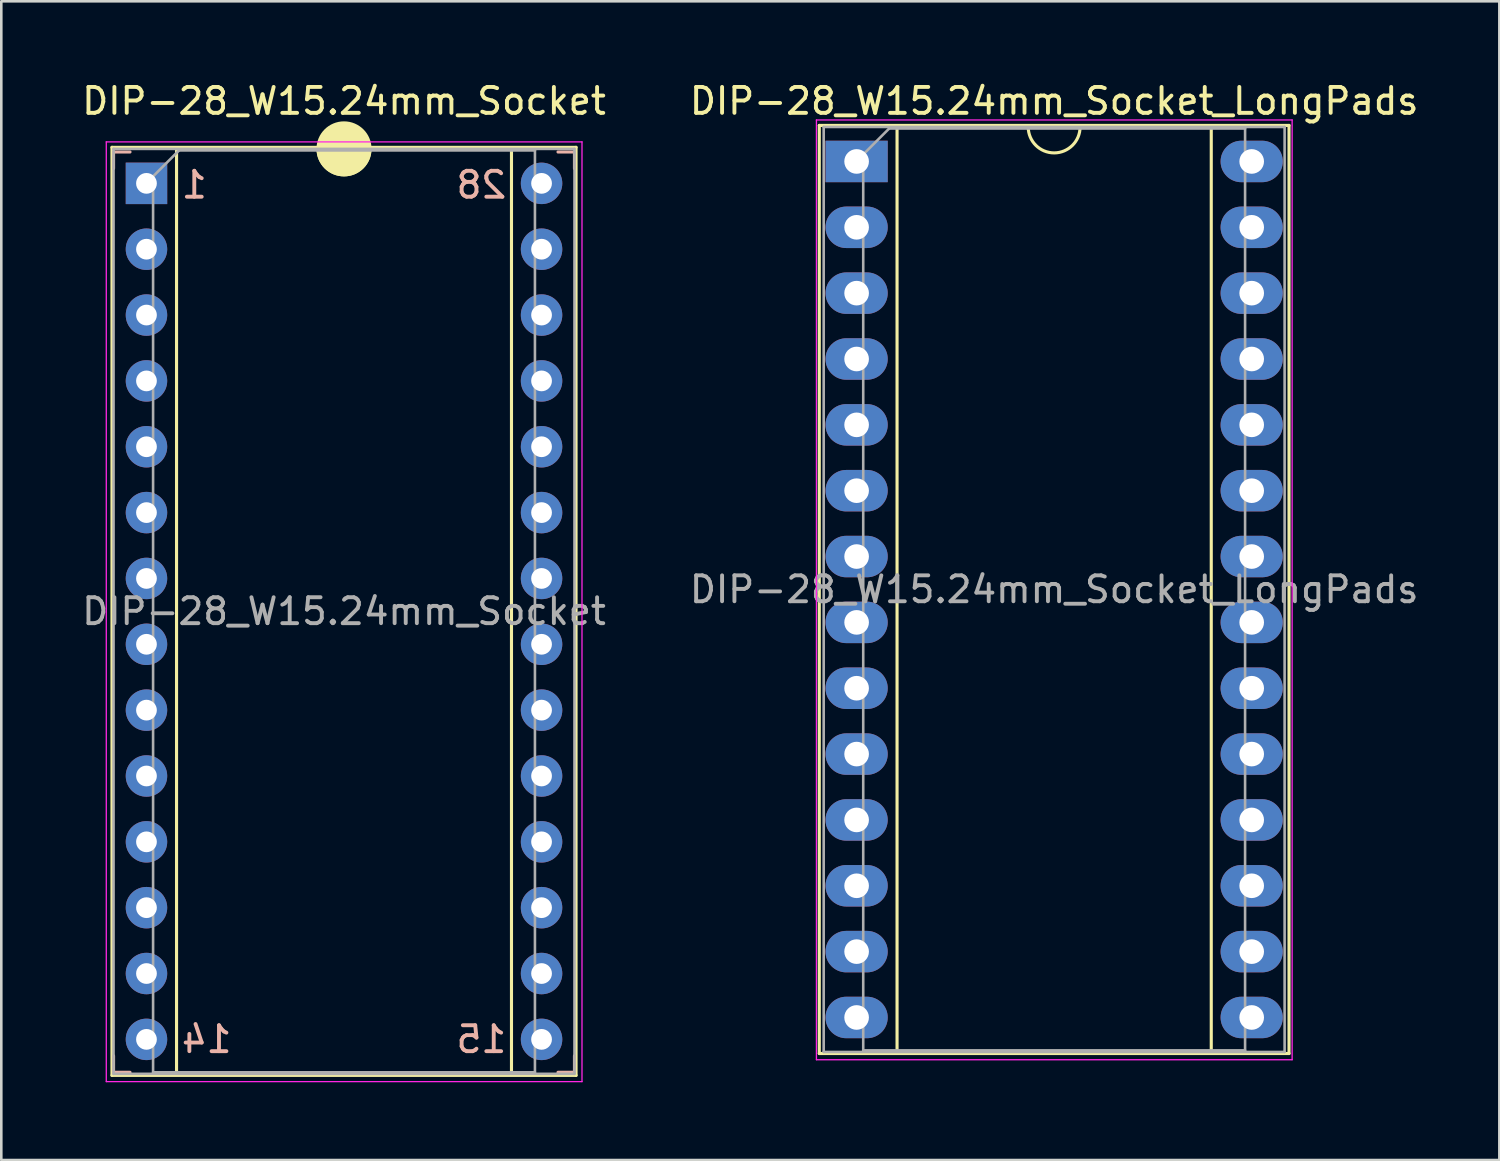
<source format=kicad_pcb>
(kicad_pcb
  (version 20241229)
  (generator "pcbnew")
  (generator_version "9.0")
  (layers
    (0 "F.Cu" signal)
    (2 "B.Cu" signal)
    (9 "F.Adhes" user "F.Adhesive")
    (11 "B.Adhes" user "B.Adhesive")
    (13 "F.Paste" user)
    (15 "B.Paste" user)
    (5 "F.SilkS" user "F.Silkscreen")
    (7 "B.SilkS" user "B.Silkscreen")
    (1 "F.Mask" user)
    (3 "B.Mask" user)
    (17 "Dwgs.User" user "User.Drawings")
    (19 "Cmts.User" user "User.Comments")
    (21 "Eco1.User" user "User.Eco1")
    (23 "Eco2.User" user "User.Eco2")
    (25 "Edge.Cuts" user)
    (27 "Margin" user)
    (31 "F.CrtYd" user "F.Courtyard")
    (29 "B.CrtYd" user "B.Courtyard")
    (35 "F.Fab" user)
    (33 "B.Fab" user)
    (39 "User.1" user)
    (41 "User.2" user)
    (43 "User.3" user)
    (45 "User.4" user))
  (footprint "DIP-28_W15.24mm_Socket_LongPads"
    (layer "F.Cu")
    (at 29.993 3.178)
    (property "Reference" "DIP-28_W15.24mm_Socket_LongPads" (at 7.62 -2.33 0) (layer "F.SilkS") (effects (font (size 1 1) (thickness 0.15))))
    (attr through_hole)
    (fp_line (start -1.44 -1.39) (end -1.44 34.41) (stroke (width 0.12) (type solid)) (layer "F.SilkS"))
    (fp_line (start -1.44 34.41) (end 16.68 34.41) (stroke (width 0.12) (type solid)) (layer "F.SilkS"))
    (fp_line (start 1.56 -1.33) (end 1.56 34.35) (stroke (width 0.12) (type solid)) (layer "F.SilkS"))
    (fp_line (start 1.56 34.35) (end 13.68 34.35) (stroke (width 0.12) (type solid)) (layer "F.SilkS"))
    (fp_line (start 6.62 -1.33) (end 1.56 -1.33) (stroke (width 0.12) (type solid)) (layer "F.SilkS"))
    (fp_line (start 13.68 -1.33) (end 8.62 -1.33) (stroke (width 0.12) (type solid)) (layer "F.SilkS"))
    (fp_line (start 13.68 34.35) (end 13.68 -1.33) (stroke (width 0.12) (type solid)) (layer "F.SilkS"))
    (fp_line (start 16.68 -1.39) (end -1.44 -1.39) (stroke (width 0.12) (type solid)) (layer "F.SilkS"))
    (fp_line (start 16.68 34.41) (end 16.68 -1.39) (stroke (width 0.12) (type solid)) (layer "F.SilkS"))
    (fp_arc (start 8.62 -1.33) (mid 7.62 -0.33) (end 6.62 -1.33) (stroke (width 0.12) (type solid)) (layer "F.SilkS"))
    (fp_line (start -1.55 -1.6) (end -1.55 34.65) (stroke (width 0.05) (type solid)) (layer "F.CrtYd"))
    (fp_line (start -1.55 34.65) (end 16.8 34.65) (stroke (width 0.05) (type solid)) (layer "F.CrtYd"))
    (fp_line (start 16.8 -1.6) (end -1.55 -1.6) (stroke (width 0.05) (type solid)) (layer "F.CrtYd"))
    (fp_line (start 16.8 34.65) (end 16.8 -1.6) (stroke (width 0.05) (type solid)) (layer "F.CrtYd"))
    (fp_line (start -1.27 -1.33) (end -1.27 34.35) (stroke (width 0.1) (type solid)) (layer "F.Fab"))
    (fp_line (start -1.27 34.35) (end 16.51 34.35) (stroke (width 0.1) (type solid)) (layer "F.Fab"))
    (fp_line (start 0.255 -0.27) (end 1.255 -1.27) (stroke (width 0.1) (type solid)) (layer "F.Fab"))
    (fp_line (start 0.255 34.29) (end 0.255 -0.27) (stroke (width 0.1) (type solid)) (layer "F.Fab"))
    (fp_line (start 1.255 -1.27) (end 14.985 -1.27) (stroke (width 0.1) (type solid)) (layer "F.Fab"))
    (fp_line (start 14.985 -1.27) (end 14.985 34.29) (stroke (width 0.1) (type solid)) (layer "F.Fab"))
    (fp_line (start 14.985 34.29) (end 0.255 34.29) (stroke (width 0.1) (type solid)) (layer "F.Fab"))
    (fp_line (start 16.51 -1.33) (end -1.27 -1.33) (stroke (width 0.1) (type solid)) (layer "F.Fab"))
    (fp_line (start 16.51 34.35) (end 16.51 -1.33) (stroke (width 0.1) (type solid)) (layer "F.Fab"))
    (fp_text user "${REFERENCE}" (at 7.62 16.51 0) (layer "F.Fab") (effects (font (size 1 1) (thickness 0.15))))
    (pad "1" thru_hole rect (at 0 0) (size 2.4 1.6) (drill 0.95) (layers "*.Cu" "*.Mask"))
    (pad "2" thru_hole oval (at 0 2.54) (size 2.4 1.6) (drill 0.95) (layers "*.Cu" "*.Mask"))
    (pad "3" thru_hole oval (at 0 5.08) (size 2.4 1.6) (drill 0.95) (layers "*.Cu" "*.Mask"))
    (pad "4" thru_hole oval (at 0 7.62) (size 2.4 1.6) (drill 0.95) (layers "*.Cu" "*.Mask"))
    (pad "5" thru_hole oval (at 0 10.16) (size 2.4 1.6) (drill 0.95) (layers "*.Cu" "*.Mask"))
    (pad "6" thru_hole oval (at 0 12.7) (size 2.4 1.6) (drill 0.95) (layers "*.Cu" "*.Mask"))
    (pad "7" thru_hole oval (at 0 15.24) (size 2.4 1.6) (drill 0.95) (layers "*.Cu" "*.Mask"))
    (pad "8" thru_hole oval (at 0 17.78) (size 2.4 1.6) (drill 0.95) (layers "*.Cu" "*.Mask"))
    (pad "9" thru_hole oval (at 0 20.32) (size 2.4 1.6) (drill 0.95) (layers "*.Cu" "*.Mask"))
    (pad "10" thru_hole oval (at 0 22.86) (size 2.4 1.6) (drill 0.95) (layers "*.Cu" "*.Mask"))
    (pad "11" thru_hole oval (at 0 25.4) (size 2.4 1.6) (drill 0.95) (layers "*.Cu" "*.Mask"))
    (pad "12" thru_hole oval (at 0 27.94) (size 2.4 1.6) (drill 0.95) (layers "*.Cu" "*.Mask"))
    (pad "13" thru_hole oval (at 0 30.48) (size 2.4 1.6) (drill 0.95) (layers "*.Cu" "*.Mask"))
    (pad "14" thru_hole oval (at 0 33.02) (size 2.4 1.6) (drill 0.95) (layers "*.Cu" "*.Mask"))
    (pad "15" thru_hole oval (at 15.24 33.02) (size 2.4 1.6) (drill 0.95) (layers "*.Cu" "*.Mask"))
    (pad "16" thru_hole oval (at 15.24 30.48) (size 2.4 1.6) (drill 0.95) (layers "*.Cu" "*.Mask"))
    (pad "17" thru_hole oval (at 15.24 27.94) (size 2.4 1.6) (drill 0.95) (layers "*.Cu" "*.Mask"))
    (pad "18" thru_hole oval (at 15.24 25.4) (size 2.4 1.6) (drill 0.95) (layers "*.Cu" "*.Mask"))
    (pad "19" thru_hole oval (at 15.24 22.86) (size 2.4 1.6) (drill 0.95) (layers "*.Cu" "*.Mask"))
    (pad "20" thru_hole oval (at 15.24 20.32) (size 2.4 1.6) (drill 0.95) (layers "*.Cu" "*.Mask"))
    (pad "21" thru_hole oval (at 15.24 17.78) (size 2.4 1.6) (drill 0.95) (layers "*.Cu" "*.Mask"))
    (pad "22" thru_hole oval (at 15.24 15.24) (size 2.4 1.6) (drill 0.95) (layers "*.Cu" "*.Mask"))
    (pad "23" thru_hole oval (at 15.24 12.7) (size 2.4 1.6) (drill 0.95) (layers "*.Cu" "*.Mask"))
    (pad "24" thru_hole oval (at 15.24 10.16) (size 2.4 1.6) (drill 0.95) (layers "*.Cu" "*.Mask"))
    (pad "25" thru_hole oval (at 15.24 7.62) (size 2.4 1.6) (drill 0.95) (layers "*.Cu" "*.Mask"))
    (pad "26" thru_hole oval (at 15.24 5.08) (size 2.4 1.6) (drill 0.95) (layers "*.Cu" "*.Mask"))
    (pad "27" thru_hole oval (at 15.24 2.54) (size 2.4 1.6) (drill 0.95) (layers "*.Cu" "*.Mask"))
    (pad "28" thru_hole oval (at 15.24 0) (size 2.4 1.6) (drill 0.95) (layers "*.Cu" "*.Mask")))
  (footprint "DIP-28_W15.24mm_Socket"
    (layer "F.Cu")
    (at 2.6 4.023)
    (property "Reference" "DIP-28_W15.24mm_Socket" (at 7.62 -3.175 0) (layer "F.SilkS") (effects (font (size 1 1) (thickness 0.15))))
    (attr through_hole)
    (fp_line (start -1.33 -1.39) (end -1.33 34.41) (stroke (width 0.12) (type solid)) (layer "F.SilkS"))
    (fp_line (start -1.33 34.41) (end 16.57 34.41) (stroke (width 0.12) (type solid)) (layer "F.SilkS"))
    (fp_line (start 1.16 -1.33) (end 1.16 34.35) (stroke (width 0.12) (type solid)) (layer "F.SilkS"))
    (fp_line (start 1.16 34.35) (end 14.08 34.35) (stroke (width 0.12) (type solid)) (layer "F.SilkS"))
    (fp_line (start 6.62 -1.33) (end 1.16 -1.33) (stroke (width 0.12) (type solid)) (layer "F.SilkS"))
    (fp_line (start 14.08 -1.33) (end 8.62 -1.33) (stroke (width 0.12) (type solid)) (layer "F.SilkS"))
    (fp_line (start 14.08 34.35) (end 14.08 -1.33) (stroke (width 0.12) (type solid)) (layer "F.SilkS"))
    (fp_line (start 16.57 -1.39) (end -1.33 -1.39) (stroke (width 0.12) (type solid)) (layer "F.SilkS"))
    (fp_line (start 16.57 34.41) (end 16.57 -1.39) (stroke (width 0.12) (type solid)) (layer "F.SilkS"))
    (fp_arc (start 8.62 -1.33) (mid 7.62 -0.33) (end 6.62 -1.33) (stroke (width 0.12) (type solid)) (layer "F.SilkS"))
    (fp_circle (center 7.62 -1.33) (end 8.622 -1.33) (stroke (width 0.12) (type solid)) (fill yes) (layer "F.SilkS"))
    (fp_line (start -1.27 -1.21) (end -0.635 -1.21) (stroke (width 0.12) (type solid)) (layer "B.SilkS"))
    (fp_line (start -1.27 -0.575) (end -1.27 -1.21) (stroke (width 0.12) (type solid)) (layer "B.SilkS"))
    (fp_line (start -1.27 33.655) (end -1.27 34.29) (stroke (width 0.12) (type solid)) (layer "B.SilkS"))
    (fp_line (start -1.27 34.29) (end -0.635 34.29) (stroke (width 0.12) (type solid)) (layer "B.SilkS"))
    (fp_line (start 15.875 -1.21) (end 16.51 -1.21) (stroke (width 0.12) (type solid)) (layer "B.SilkS"))
    (fp_line (start 16.51 -1.21) (end 16.51 -0.575) (stroke (width 0.12) (type solid)) (layer "B.SilkS"))
    (fp_line (start 16.51 33.655) (end 16.51 34.29) (stroke (width 0.12) (type solid)) (layer "B.SilkS"))
    (fp_line (start 16.51 34.29) (end 15.875 34.29) (stroke (width 0.12) (type solid)) (layer "B.SilkS"))
    (fp_line (start -1.55 -1.6) (end -1.55 34.65) (stroke (width 0.05) (type solid)) (layer "F.CrtYd"))
    (fp_line (start -1.55 34.65) (end 16.8 34.65) (stroke (width 0.05) (type solid)) (layer "F.CrtYd"))
    (fp_line (start 16.8 -1.6) (end -1.55 -1.6) (stroke (width 0.05) (type solid)) (layer "F.CrtYd"))
    (fp_line (start 16.8 34.65) (end 16.8 -1.6) (stroke (width 0.05) (type solid)) (layer "F.CrtYd"))
    (fp_line (start -1.27 -1.33) (end -1.27 34.35) (stroke (width 0.1) (type solid)) (layer "F.Fab"))
    (fp_line (start -1.27 34.35) (end 16.51 34.35) (stroke (width 0.1) (type solid)) (layer "F.Fab"))
    (fp_line (start 0.255 -0.27) (end 1.255 -1.27) (stroke (width 0.1) (type solid)) (layer "F.Fab"))
    (fp_line (start 0.255 34.29) (end 0.255 -0.27) (stroke (width 0.1) (type solid)) (layer "F.Fab"))
    (fp_line (start 1.255 -1.27) (end 14.985 -1.27) (stroke (width 0.1) (type solid)) (layer "F.Fab"))
    (fp_line (start 14.985 -1.27) (end 14.985 34.29) (stroke (width 0.1) (type solid)) (layer "F.Fab"))
    (fp_line (start 14.985 34.29) (end 0.255 34.29) (stroke (width 0.1) (type solid)) (layer "F.Fab"))
    (fp_line (start 16.51 -1.33) (end -1.27 -1.33) (stroke (width 0.1) (type solid)) (layer "F.Fab"))
    (fp_line (start 16.51 34.35) (end 16.51 -1.33) (stroke (width 0.1) (type solid)) (layer "F.Fab"))
    (fp_text user "15" (at 13.97 33.02 0) (unlocked yes) (layer "B.SilkS") (effects (font (size 1 1) (thickness 0.15)) (justify left mirror)))
    (fp_text user "28" (at 13.97 0.06 0) (unlocked yes) (layer "B.SilkS") (effects (font (size 1 1) (thickness 0.15)) (justify left mirror)))
    (fp_text user "14" (at 1.27 33.02 0) (unlocked yes) (layer "B.SilkS") (effects (font (size 1 1) (thickness 0.15)) (justify right mirror)))
    (fp_text user "1" (at 1.27 0.06 0) (unlocked yes) (layer "B.SilkS") (effects (font (size 1 1) (thickness 0.15)) (justify right mirror)))
    (fp_text user "${REFERENCE}" (at 7.62 16.51 0) (layer "F.Fab") (effects (font (size 1 1) (thickness 0.15))))
    (pad "1" thru_hole rect (at 0 0) (size 1.6 1.6) (drill 0.8) (layers "*.Cu" "*.Mask"))
    (pad "2" thru_hole oval (at 0 2.54) (size 1.6 1.6) (drill 0.8) (layers "*.Cu" "*.Mask"))
    (pad "3" thru_hole oval (at 0 5.08) (size 1.6 1.6) (drill 0.8) (layers "*.Cu" "*.Mask"))
    (pad "4" thru_hole oval (at 0 7.62) (size 1.6 1.6) (drill 0.8) (layers "*.Cu" "*.Mask"))
    (pad "5" thru_hole oval (at 0 10.16) (size 1.6 1.6) (drill 0.8) (layers "*.Cu" "*.Mask"))
    (pad "6" thru_hole oval (at 0 12.7) (size 1.6 1.6) (drill 0.8) (layers "*.Cu" "*.Mask"))
    (pad "7" thru_hole oval (at 0 15.24) (size 1.6 1.6) (drill 0.8) (layers "*.Cu" "*.Mask"))
    (pad "8" thru_hole oval (at 0 17.78) (size 1.6 1.6) (drill 0.8) (layers "*.Cu" "*.Mask"))
    (pad "9" thru_hole oval (at 0 20.32) (size 1.6 1.6) (drill 0.8) (layers "*.Cu" "*.Mask"))
    (pad "10" thru_hole oval (at 0 22.86) (size 1.6 1.6) (drill 0.8) (layers "*.Cu" "*.Mask"))
    (pad "11" thru_hole oval (at 0 25.4) (size 1.6 1.6) (drill 0.8) (layers "*.Cu" "*.Mask"))
    (pad "12" thru_hole oval (at 0 27.94) (size 1.6 1.6) (drill 0.8) (layers "*.Cu" "*.Mask"))
    (pad "13" thru_hole oval (at 0 30.48) (size 1.6 1.6) (drill 0.8) (layers "*.Cu" "*.Mask"))
    (pad "14" thru_hole oval (at 0 33.02) (size 1.6 1.6) (drill 0.8) (layers "*.Cu" "*.Mask"))
    (pad "15" thru_hole oval (at 15.24 33.02) (size 1.6 1.6) (drill 0.8) (layers "*.Cu" "*.Mask"))
    (pad "16" thru_hole oval (at 15.24 30.48) (size 1.6 1.6) (drill 0.8) (layers "*.Cu" "*.Mask"))
    (pad "17" thru_hole oval (at 15.24 27.94) (size 1.6 1.6) (drill 0.8) (layers "*.Cu" "*.Mask"))
    (pad "18" thru_hole oval (at 15.24 25.4) (size 1.6 1.6) (drill 0.8) (layers "*.Cu" "*.Mask"))
    (pad "19" thru_hole oval (at 15.24 22.86) (size 1.6 1.6) (drill 0.8) (layers "*.Cu" "*.Mask"))
    (pad "20" thru_hole oval (at 15.24 20.32) (size 1.6 1.6) (drill 0.8) (layers "*.Cu" "*.Mask"))
    (pad "21" thru_hole oval (at 15.24 17.78) (size 1.6 1.6) (drill 0.8) (layers "*.Cu" "*.Mask"))
    (pad "22" thru_hole oval (at 15.24 15.24) (size 1.6 1.6) (drill 0.8) (layers "*.Cu" "*.Mask"))
    (pad "23" thru_hole oval (at 15.24 12.7) (size 1.6 1.6) (drill 0.8) (layers "*.Cu" "*.Mask"))
    (pad "24" thru_hole oval (at 15.24 10.16) (size 1.6 1.6) (drill 0.8) (layers "*.Cu" "*.Mask"))
    (pad "25" thru_hole oval (at 15.24 7.62) (size 1.6 1.6) (drill 0.8) (layers "*.Cu" "*.Mask"))
    (pad "26" thru_hole oval (at 15.24 5.08) (size 1.6 1.6) (drill 0.8) (layers "*.Cu" "*.Mask"))
    (pad "27" thru_hole oval (at 15.24 2.54) (size 1.6 1.6) (drill 0.8) (layers "*.Cu" "*.Mask"))
    (pad "28" thru_hole oval (at 15.24 0) (size 1.6 1.6) (drill 0.8) (layers "*.Cu" "*.Mask")))
  (gr_rect
    (start -3 -3)
    (end 54.786 41.698)
    (stroke (width 0.1) (type default))
    (fill no)
    (layer "Edge.Cuts")))
</source>
